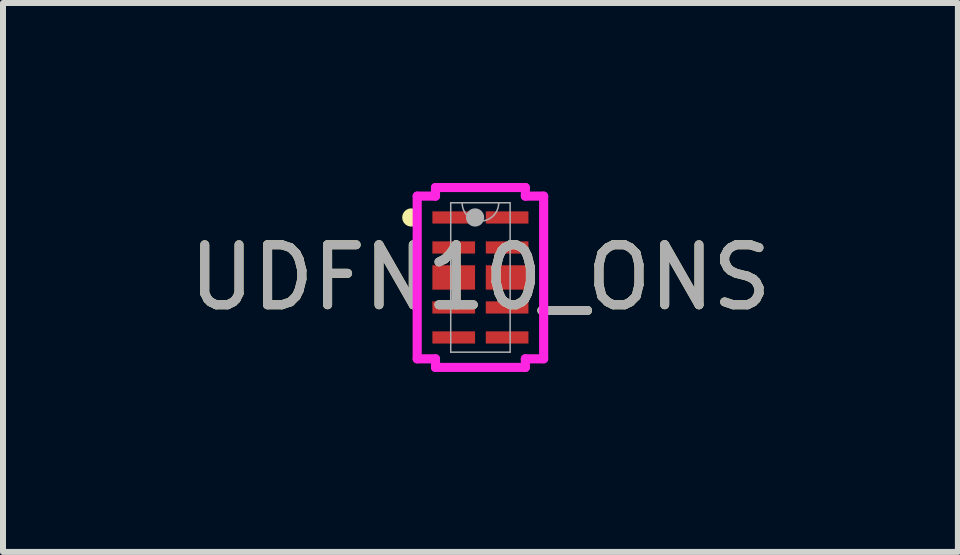
<source format=kicad_pcb>
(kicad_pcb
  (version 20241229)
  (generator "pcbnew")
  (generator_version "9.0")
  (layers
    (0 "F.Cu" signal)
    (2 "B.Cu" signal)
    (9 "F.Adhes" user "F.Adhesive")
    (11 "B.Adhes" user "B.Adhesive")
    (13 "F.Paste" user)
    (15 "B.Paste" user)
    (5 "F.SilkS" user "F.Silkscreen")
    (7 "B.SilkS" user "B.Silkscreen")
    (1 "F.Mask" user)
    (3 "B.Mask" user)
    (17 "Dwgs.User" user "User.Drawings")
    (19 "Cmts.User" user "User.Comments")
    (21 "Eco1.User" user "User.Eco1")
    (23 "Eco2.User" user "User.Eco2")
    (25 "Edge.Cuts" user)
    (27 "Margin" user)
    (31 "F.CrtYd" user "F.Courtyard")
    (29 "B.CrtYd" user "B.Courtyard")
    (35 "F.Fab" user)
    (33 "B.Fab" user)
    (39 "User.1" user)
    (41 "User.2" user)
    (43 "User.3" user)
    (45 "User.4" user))
  (footprint "UDFN10_ONS"
    (layer "F.Cu")
    (at 4.958 1.575)
    (property "Reference" "UDFN10_ONS" (at 0 0 0) (unlocked yes) (layer "F.SilkS") (effects (font (size 1 1) (thickness 0.15))))
    (attr smd)
    (fp_arc (start -1.13284 -0.926171) (mid -1.2279 -1) (end -1.13284 -1.073829) (stroke (width 0.1524) (type solid)) (layer "F.SilkS"))
    (fp_line (start -1.054 -1.356) (end -0.749 -1.356) (stroke (width 0.152) (type solid)) (layer "F.CrtYd"))
    (fp_line (start -1.054 1.356) (end -1.054 -1.356) (stroke (width 0.152) (type solid)) (layer "F.CrtYd"))
    (fp_line (start -1.054 1.356) (end -0.749 1.356) (stroke (width 0.152) (type solid)) (layer "F.CrtYd"))
    (fp_line (start -0.749 -1.499) (end 0.749 -1.499) (stroke (width 0.152) (type solid)) (layer "F.CrtYd"))
    (fp_line (start -0.749 -1.356) (end -0.749 -1.499) (stroke (width 0.152) (type solid)) (layer "F.CrtYd"))
    (fp_line (start -0.749 1.499) (end -0.749 1.356) (stroke (width 0.152) (type solid)) (layer "F.CrtYd"))
    (fp_line (start 0.749 -1.499) (end 0.749 -1.356) (stroke (width 0.152) (type solid)) (layer "F.CrtYd"))
    (fp_line (start 0.749 1.356) (end 0.749 1.499) (stroke (width 0.152) (type solid)) (layer "F.CrtYd"))
    (fp_line (start 0.749 1.499) (end -0.749 1.499) (stroke (width 0.152) (type solid)) (layer "F.CrtYd"))
    (fp_line (start 1.054 -1.356) (end 0.749 -1.356) (stroke (width 0.152) (type solid)) (layer "F.CrtYd"))
    (fp_line (start 1.054 -1.356) (end 1.054 1.356) (stroke (width 0.152) (type solid)) (layer "F.CrtYd"))
    (fp_line (start 1.054 1.356) (end 0.749 1.356) (stroke (width 0.152) (type solid)) (layer "F.CrtYd"))
    (fp_line (start -0.495 -1.245) (end -0.495 1.245) (stroke (width 0.025) (type solid)) (layer "F.Fab"))
    (fp_line (start -0.495 1.245) (end 0.495 1.245) (stroke (width 0.025) (type solid)) (layer "F.Fab"))
    (fp_line (start 0.495 -1.245) (end -0.495 -1.245) (stroke (width 0.025) (type solid)) (layer "F.Fab"))
    (fp_line (start 0.495 1.245) (end 0.495 -1.245) (stroke (width 0.025) (type solid)) (layer "F.Fab"))
    (fp_arc (start 0.3048 -1.2446) (mid 0 -0.9398) (end -0.3048 -1.2446) (stroke (width 0.0254) (type solid)) (layer "F.Fab"))
    (fp_circle (center -0.089 -1) (end -0.089 -1) (stroke (width 0.152) (type solid)) (fill no) (layer "F.Fab"))
    (fp_text user "${REFERENCE}" (at 0 0 0) (unlocked yes) (layer "F.Fab") (effects (font (size 1 1) (thickness 0.15))))
    (pad "1" smd rect (at -0.445 -1) (size 0.711 0.203) (layers "F.Cu" "F.Mask" "F.Paste"))
    (pad "2" smd rect (at -0.445 -0.5) (size 0.711 0.203) (layers "F.Cu" "F.Mask" "F.Paste"))
    (pad "3" smd rect (at -0.445 0) (size 0.711 0.406) (layers "F.Cu" "F.Mask" "F.Paste"))
    (pad "4" smd rect (at -0.445 0.5) (size 0.711 0.203) (layers "F.Cu" "F.Mask" "F.Paste"))
    (pad "5" smd rect (at -0.445 1) (size 0.711 0.203) (layers "F.Cu" "F.Mask" "F.Paste"))
    (pad "6" smd rect (at 0.445 1) (size 0.711 0.203) (layers "F.Cu" "F.Mask" "F.Paste"))
    (pad "7" smd rect (at 0.445 0.5) (size 0.711 0.203) (layers "F.Cu" "F.Mask" "F.Paste"))
    (pad "8" smd rect (at 0.445 0) (size 0.711 0.406) (layers "F.Cu" "F.Mask" "F.Paste"))
    (pad "9" smd rect (at 0.445 -0.5) (size 0.711 0.203) (layers "F.Cu" "F.Mask" "F.Paste"))
    (pad "10" smd rect (at 0.445 -1) (size 0.711 0.203) (layers "F.Cu" "F.Mask" "F.Paste")))
  (gr_rect
    (start -3 -3)
    (end 12.917 6.15)
    (stroke (width 0.1) (type default))
    (fill no)
    (layer "Edge.Cuts")))
</source>
